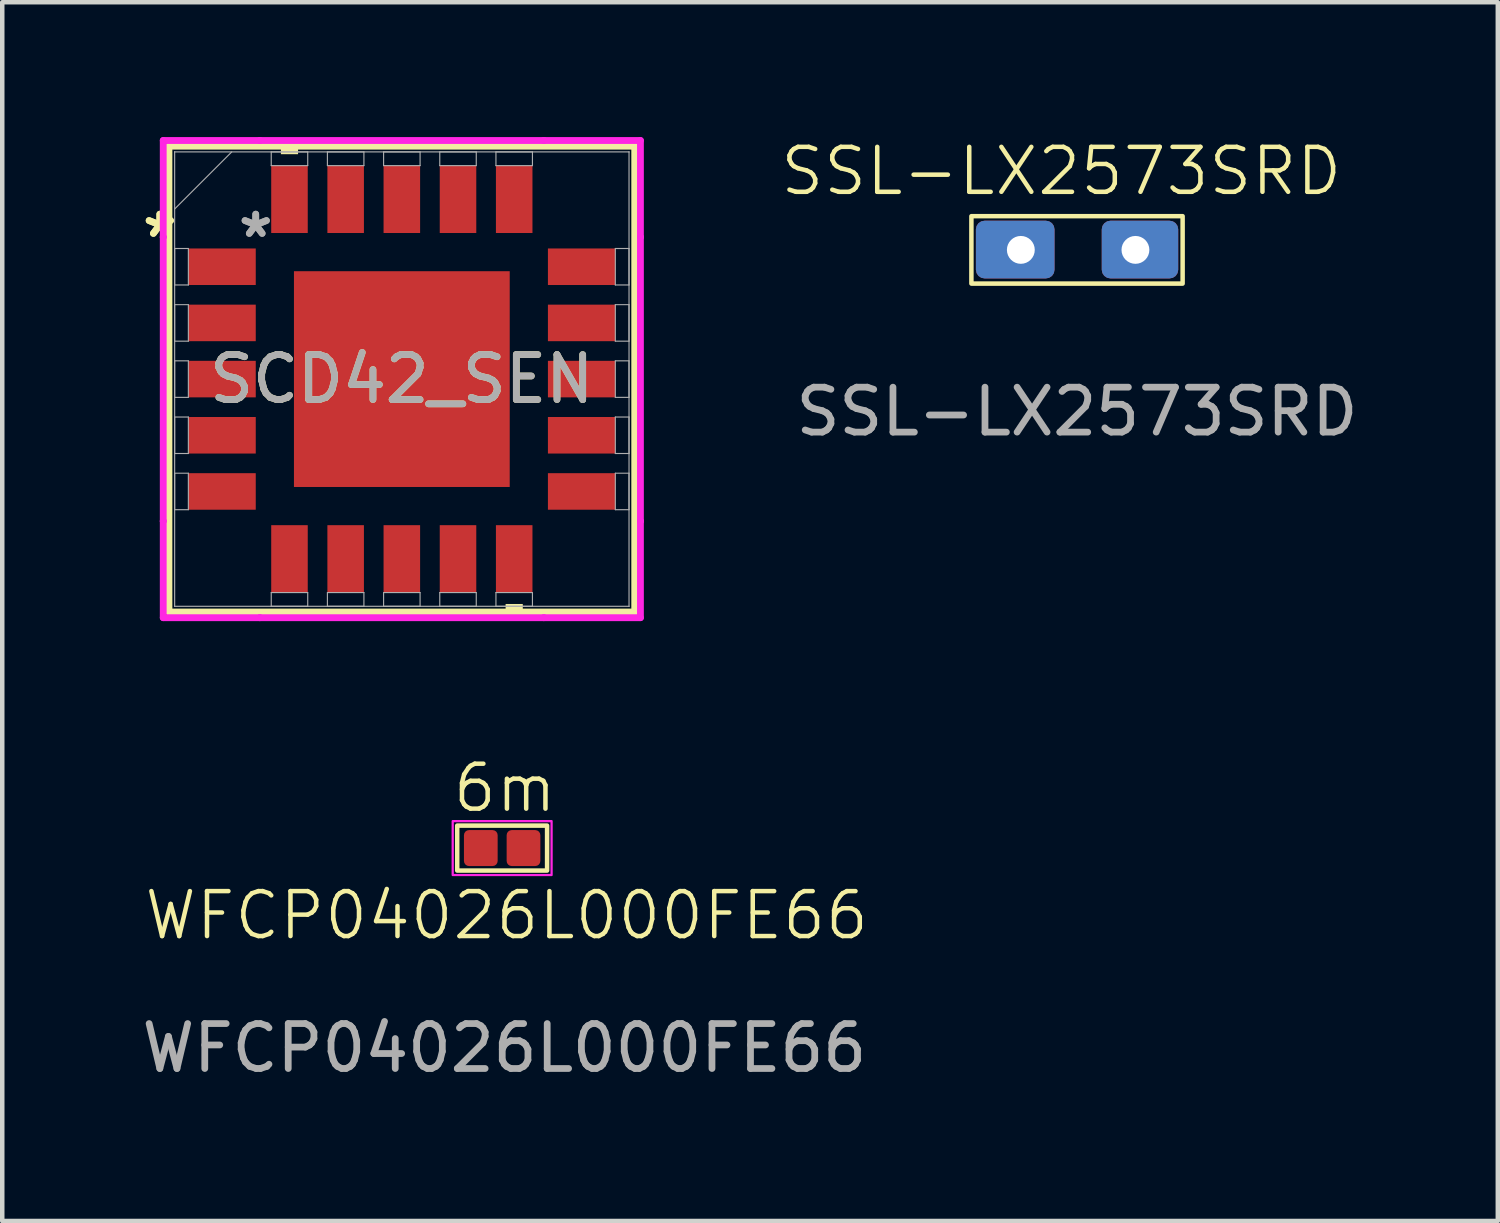
<source format=kicad_pcb>
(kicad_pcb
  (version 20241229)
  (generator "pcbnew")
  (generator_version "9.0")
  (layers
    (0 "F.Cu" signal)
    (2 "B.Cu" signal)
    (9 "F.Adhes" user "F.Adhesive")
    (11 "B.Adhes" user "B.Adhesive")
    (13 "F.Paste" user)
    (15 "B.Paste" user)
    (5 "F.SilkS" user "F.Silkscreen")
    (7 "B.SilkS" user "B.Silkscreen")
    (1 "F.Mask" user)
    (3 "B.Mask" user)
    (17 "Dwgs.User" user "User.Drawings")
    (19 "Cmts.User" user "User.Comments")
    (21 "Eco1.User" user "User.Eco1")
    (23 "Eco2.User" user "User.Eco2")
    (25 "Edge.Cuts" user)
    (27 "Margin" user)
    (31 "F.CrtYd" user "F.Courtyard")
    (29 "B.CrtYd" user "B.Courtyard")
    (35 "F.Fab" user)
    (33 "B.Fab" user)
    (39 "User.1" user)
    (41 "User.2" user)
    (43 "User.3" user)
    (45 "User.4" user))
  (footprint "WFCP04026L000FE66"
    (layer "F.Cu")
    (at 8.173 15.82)
    (property "Reference" "WFCP04026L000FE66" (at 0.05 1.5 0) (unlocked yes) (layer "F.SilkS") (effects (font (size 1 1) (thickness 0.1))))
    (attr smd)
    (fp_rect (start -1.05 -0.5) (end 0.95 0.5) (stroke (width 0.1) (type default)) (fill no) (layer "F.SilkS"))
    (fp_rect (start -1.15 -0.6) (end 1.05 0.6) (stroke (width 0.05) (type default)) (fill no) (layer "F.CrtYd"))
    (fp_text user "6m" (at -1.2 -0.75 0) (unlocked yes) (layer "F.SilkS") (effects (font (size 1 1) (thickness 0.1)) (justify left bottom)))
    (fp_text user "${REFERENCE}" (at 0 4.45 0) (unlocked yes) (layer "F.Fab") (effects (font (size 1 1) (thickness 0.15))))
    (pad "1" smd roundrect (at -0.525 0) (size 0.75 0.8) (layers "F.Cu" "F.Mask" "F.Paste") (roundrect_rratio 0.15))
    (pad "2" smd roundrect (at 0.425 0) (size 0.75 0.8) (layers "F.Cu" "F.Mask" "F.Paste") (roundrect_rratio 0.15)))
  (footprint "SSL-LX2573SRD"
    (layer "F.Cu")
    (at 20.914 2.16)
    (property "Reference" "SSL-LX2573SRD" (at -0.35 -1.4 0) (unlocked yes) (layer "F.SilkS") (effects (font (size 1 1) (thickness 0.1))))
    (attr smd)
    (fp_rect (start -2.35 -0.4) (end 2.35 1.1) (stroke (width 0.1) (type default)) (fill no) (layer "F.SilkS"))
    (fp_text user "${REFERENCE}" (at 0 3.95 0) (unlocked yes) (layer "F.Fab") (effects (font (size 1 1) (thickness 0.15))))
    (pad "1" thru_hole roundrect (at -1.25 0.35) (size 1.75 1.285) (drill 0.62 (offset -0.125 -0.007)) (layers "*.Cu" "*.Mask") (roundrect_rratio 0.15))
    (pad "2" thru_hole roundrect (at 1.3 0.35) (size 1.702 1.285) (drill 0.62 (offset 0.101 -0.007)) (layers "*.Cu" "*.Mask") (roundrect_rratio 0.15)))
  (footprint "SCD42_SEN"
    (layer "F.Cu")
    (at 5.891 5.385)
    (property "Reference" "SCD42_SEN" (at 0 0 0) (unlocked yes) (layer "F.SilkS") (effects (font (size 1 1) (thickness 0.15))))
    (attr smd)
    (fp_line (start -5.182 -5.182) (end -5.182 5.182) (stroke (width 0.152) (type solid)) (layer "F.SilkS"))
    (fp_line (start -5.182 5.182) (end 5.182 5.182) (stroke (width 0.152) (type solid)) (layer "F.SilkS"))
    (fp_line (start 5.182 -5.182) (end -5.182 -5.182) (stroke (width 0.152) (type solid)) (layer "F.SilkS"))
    (fp_line (start 5.182 5.182) (end 5.182 -5.182) (stroke (width 0.152) (type solid)) (layer "F.SilkS"))
    (fp_poly (pts (xy -2.691 -5.004) (xy -2.691 -5.258) (xy -2.309 -5.258) (xy -2.309 -5.004)) (stroke (width 0) (type solid)) (fill yes) (layer "F.SilkS"))
    (fp_poly (pts (xy 2.309 5.004) (xy 2.309 5.258) (xy 2.691 5.258) (xy 2.691 5.004)) (stroke (width 0) (type solid)) (fill yes) (layer "F.SilkS"))
    (fp_poly (pts (xy -2.3 -2.3) (xy -2.3 -0.9) (xy -0.9 -0.9) (xy -0.9 -2.3)) (stroke (width 0) (type solid)) (fill yes) (layer "F.Paste"))
    (fp_poly (pts (xy -2.3 -0.7) (xy -2.3 0.7) (xy -0.9 0.7) (xy -0.9 -0.7)) (stroke (width 0) (type solid)) (fill yes) (layer "F.Paste"))
    (fp_poly (pts (xy -2.3 0.9) (xy -2.3 2.3) (xy -0.9 2.3) (xy -0.9 0.9)) (stroke (width 0) (type solid)) (fill yes) (layer "F.Paste"))
    (fp_poly (pts (xy -0.7 -2.3) (xy -0.7 -0.9) (xy 0.7 -0.9) (xy 0.7 -2.3)) (stroke (width 0) (type solid)) (fill yes) (layer "F.Paste"))
    (fp_poly (pts (xy -0.7 -0.7) (xy -0.7 0.7) (xy 0.7 0.7) (xy 0.7 -0.7)) (stroke (width 0) (type solid)) (fill yes) (layer "F.Paste"))
    (fp_poly (pts (xy -0.7 0.9) (xy -0.7 2.3) (xy 0.7 2.3) (xy 0.7 0.9)) (stroke (width 0) (type solid)) (fill yes) (layer "F.Paste"))
    (fp_poly (pts (xy 0.9 -2.3) (xy 0.9 -0.9) (xy 2.3 -0.9) (xy 2.3 -2.3)) (stroke (width 0) (type solid)) (fill yes) (layer "F.Paste"))
    (fp_poly (pts (xy 0.9 -0.7) (xy 0.9 0.7) (xy 2.3 0.7) (xy 2.3 -0.7)) (stroke (width 0) (type solid)) (fill yes) (layer "F.Paste"))
    (fp_poly (pts (xy 0.9 0.9) (xy 0.9 2.3) (xy 2.3 2.3) (xy 2.3 0.9)) (stroke (width 0) (type solid)) (fill yes) (layer "F.Paste"))
    (fp_line (start -5.309 -5.309) (end -3.16 -5.309) (stroke (width 0.152) (type solid)) (layer "F.CrtYd"))
    (fp_line (start -5.309 -3.16) (end -5.309 -5.309) (stroke (width 0.152) (type solid)) (layer "F.CrtYd"))
    (fp_line (start -5.309 -3.16) (end -5.309 -3.16) (stroke (width 0.152) (type solid)) (layer "F.CrtYd"))
    (fp_line (start -5.309 3.16) (end -5.309 -3.16) (stroke (width 0.152) (type solid)) (layer "F.CrtYd"))
    (fp_line (start -5.309 3.16) (end -5.309 3.16) (stroke (width 0.152) (type solid)) (layer "F.CrtYd"))
    (fp_line (start -5.309 5.309) (end -5.309 3.16) (stroke (width 0.152) (type solid)) (layer "F.CrtYd"))
    (fp_line (start -3.16 -5.309) (end -3.16 -5.309) (stroke (width 0.152) (type solid)) (layer "F.CrtYd"))
    (fp_line (start -3.16 -5.309) (end 3.16 -5.309) (stroke (width 0.152) (type solid)) (layer "F.CrtYd"))
    (fp_line (start -3.16 5.309) (end -5.309 5.309) (stroke (width 0.152) (type solid)) (layer "F.CrtYd"))
    (fp_line (start -3.16 5.309) (end -3.16 5.309) (stroke (width 0.152) (type solid)) (layer "F.CrtYd"))
    (fp_line (start 3.16 -5.309) (end 3.16 -5.309) (stroke (width 0.152) (type solid)) (layer "F.CrtYd"))
    (fp_line (start 3.16 -5.309) (end 5.309 -5.309) (stroke (width 0.152) (type solid)) (layer "F.CrtYd"))
    (fp_line (start 3.16 5.309) (end -3.16 5.309) (stroke (width 0.152) (type solid)) (layer "F.CrtYd"))
    (fp_line (start 3.16 5.309) (end 3.16 5.309) (stroke (width 0.152) (type solid)) (layer "F.CrtYd"))
    (fp_line (start 5.309 -5.309) (end 5.309 -3.16) (stroke (width 0.152) (type solid)) (layer "F.CrtYd"))
    (fp_line (start 5.309 -3.16) (end 5.309 -3.16) (stroke (width 0.152) (type solid)) (layer "F.CrtYd"))
    (fp_line (start 5.309 -3.16) (end 5.309 3.16) (stroke (width 0.152) (type solid)) (layer "F.CrtYd"))
    (fp_line (start 5.309 3.16) (end 5.309 3.16) (stroke (width 0.152) (type solid)) (layer "F.CrtYd"))
    (fp_line (start 5.309 3.16) (end 5.309 5.309) (stroke (width 0.152) (type solid)) (layer "F.CrtYd"))
    (fp_line (start 5.309 5.309) (end 3.16 5.309) (stroke (width 0.152) (type solid)) (layer "F.CrtYd"))
    (fp_line (start -5.055 -5.055) (end -5.055 -5.055) (stroke (width 0.025) (type solid)) (layer "F.Fab"))
    (fp_line (start -5.055 -5.055) (end -5.055 5.055) (stroke (width 0.025) (type solid)) (layer "F.Fab"))
    (fp_line (start -5.055 -3.785) (end -3.785 -5.055) (stroke (width 0.025) (type solid)) (layer "F.Fab"))
    (fp_line (start -5.055 -2.906) (end -4.75 -2.906) (stroke (width 0.025) (type solid)) (layer "F.Fab"))
    (fp_line (start -5.055 -2.094) (end -5.055 -2.906) (stroke (width 0.025) (type solid)) (layer "F.Fab"))
    (fp_line (start -5.055 -1.656) (end -4.75 -1.656) (stroke (width 0.025) (type solid)) (layer "F.Fab"))
    (fp_line (start -5.055 -0.844) (end -5.055 -1.656) (stroke (width 0.025) (type solid)) (layer "F.Fab"))
    (fp_line (start -5.055 -0.406) (end -4.75 -0.406) (stroke (width 0.025) (type solid)) (layer "F.Fab"))
    (fp_line (start -5.055 0.406) (end -5.055 -0.406) (stroke (width 0.025) (type solid)) (layer "F.Fab"))
    (fp_line (start -5.055 0.844) (end -4.75 0.844) (stroke (width 0.025) (type solid)) (layer "F.Fab"))
    (fp_line (start -5.055 1.656) (end -5.055 0.844) (stroke (width 0.025) (type solid)) (layer "F.Fab"))
    (fp_line (start -5.055 2.094) (end -4.75 2.094) (stroke (width 0.025) (type solid)) (layer "F.Fab"))
    (fp_line (start -5.055 2.906) (end -5.055 2.094) (stroke (width 0.025) (type solid)) (layer "F.Fab"))
    (fp_line (start -5.055 5.055) (end -5.055 5.055) (stroke (width 0.025) (type solid)) (layer "F.Fab"))
    (fp_line (start -5.055 5.055) (end 5.055 5.055) (stroke (width 0.025) (type solid)) (layer "F.Fab"))
    (fp_line (start -4.75 -2.906) (end -4.75 -2.094) (stroke (width 0.025) (type solid)) (layer "F.Fab"))
    (fp_line (start -4.75 -2.094) (end -5.055 -2.094) (stroke (width 0.025) (type solid)) (layer "F.Fab"))
    (fp_line (start -4.75 -1.656) (end -4.75 -0.844) (stroke (width 0.025) (type solid)) (layer "F.Fab"))
    (fp_line (start -4.75 -0.844) (end -5.055 -0.844) (stroke (width 0.025) (type solid)) (layer "F.Fab"))
    (fp_line (start -4.75 -0.406) (end -4.75 0.406) (stroke (width 0.025) (type solid)) (layer "F.Fab"))
    (fp_line (start -4.75 0.406) (end -5.055 0.406) (stroke (width 0.025) (type solid)) (layer "F.Fab"))
    (fp_line (start -4.75 0.844) (end -4.75 1.656) (stroke (width 0.025) (type solid)) (layer "F.Fab"))
    (fp_line (start -4.75 1.656) (end -5.055 1.656) (stroke (width 0.025) (type solid)) (layer "F.Fab"))
    (fp_line (start -4.75 2.094) (end -4.75 2.906) (stroke (width 0.025) (type solid)) (layer "F.Fab"))
    (fp_line (start -4.75 2.906) (end -5.055 2.906) (stroke (width 0.025) (type solid)) (layer "F.Fab"))
    (fp_line (start -2.906 -5.055) (end -2.094 -5.055) (stroke (width 0.025) (type solid)) (layer "F.Fab"))
    (fp_line (start -2.906 -4.75) (end -2.906 -5.055) (stroke (width 0.025) (type solid)) (layer "F.Fab"))
    (fp_line (start -2.906 4.75) (end -2.094 4.75) (stroke (width 0.025) (type solid)) (layer "F.Fab"))
    (fp_line (start -2.906 5.055) (end -2.906 4.75) (stroke (width 0.025) (type solid)) (layer "F.Fab"))
    (fp_line (start -2.094 -5.055) (end -2.094 -4.75) (stroke (width 0.025) (type solid)) (layer "F.Fab"))
    (fp_line (start -2.094 -4.75) (end -2.906 -4.75) (stroke (width 0.025) (type solid)) (layer "F.Fab"))
    (fp_line (start -2.094 4.75) (end -2.094 5.055) (stroke (width 0.025) (type solid)) (layer "F.Fab"))
    (fp_line (start -2.094 5.055) (end -2.906 5.055) (stroke (width 0.025) (type solid)) (layer "F.Fab"))
    (fp_line (start -1.656 -5.055) (end -0.844 -5.055) (stroke (width 0.025) (type solid)) (layer "F.Fab"))
    (fp_line (start -1.656 -4.75) (end -1.656 -5.055) (stroke (width 0.025) (type solid)) (layer "F.Fab"))
    (fp_line (start -1.656 4.75) (end -0.844 4.75) (stroke (width 0.025) (type solid)) (layer "F.Fab"))
    (fp_line (start -1.656 5.055) (end -1.656 4.75) (stroke (width 0.025) (type solid)) (layer "F.Fab"))
    (fp_line (start -0.844 -5.055) (end -0.844 -4.75) (stroke (width 0.025) (type solid)) (layer "F.Fab"))
    (fp_line (start -0.844 -4.75) (end -1.656 -4.75) (stroke (width 0.025) (type solid)) (layer "F.Fab"))
    (fp_line (start -0.844 4.75) (end -0.844 5.055) (stroke (width 0.025) (type solid)) (layer "F.Fab"))
    (fp_line (start -0.844 5.055) (end -1.656 5.055) (stroke (width 0.025) (type solid)) (layer "F.Fab"))
    (fp_line (start -0.406 -5.055) (end 0.406 -5.055) (stroke (width 0.025) (type solid)) (layer "F.Fab"))
    (fp_line (start -0.406 -4.75) (end -0.406 -5.055) (stroke (width 0.025) (type solid)) (layer "F.Fab"))
    (fp_line (start -0.406 4.75) (end 0.406 4.75) (stroke (width 0.025) (type solid)) (layer "F.Fab"))
    (fp_line (start -0.406 5.055) (end -0.406 4.75) (stroke (width 0.025) (type solid)) (layer "F.Fab"))
    (fp_line (start 0.406 -5.055) (end 0.406 -4.75) (stroke (width 0.025) (type solid)) (layer "F.Fab"))
    (fp_line (start 0.406 -4.75) (end -0.406 -4.75) (stroke (width 0.025) (type solid)) (layer "F.Fab"))
    (fp_line (start 0.406 4.75) (end 0.406 5.055) (stroke (width 0.025) (type solid)) (layer "F.Fab"))
    (fp_line (start 0.406 5.055) (end -0.406 5.055) (stroke (width 0.025) (type solid)) (layer "F.Fab"))
    (fp_line (start 0.844 -5.055) (end 1.656 -5.055) (stroke (width 0.025) (type solid)) (layer "F.Fab"))
    (fp_line (start 0.844 -4.75) (end 0.844 -5.055) (stroke (width 0.025) (type solid)) (layer "F.Fab"))
    (fp_line (start 0.844 4.75) (end 1.656 4.75) (stroke (width 0.025) (type solid)) (layer "F.Fab"))
    (fp_line (start 0.844 5.055) (end 0.844 4.75) (stroke (width 0.025) (type solid)) (layer "F.Fab"))
    (fp_line (start 1.656 -5.055) (end 1.656 -4.75) (stroke (width 0.025) (type solid)) (layer "F.Fab"))
    (fp_line (start 1.656 -4.75) (end 0.844 -4.75) (stroke (width 0.025) (type solid)) (layer "F.Fab"))
    (fp_line (start 1.656 4.75) (end 1.656 5.055) (stroke (width 0.025) (type solid)) (layer "F.Fab"))
    (fp_line (start 1.656 5.055) (end 0.844 5.055) (stroke (width 0.025) (type solid)) (layer "F.Fab"))
    (fp_line (start 2.094 -5.055) (end 2.906 -5.055) (stroke (width 0.025) (type solid)) (layer "F.Fab"))
    (fp_line (start 2.094 -4.75) (end 2.094 -5.055) (stroke (width 0.025) (type solid)) (layer "F.Fab"))
    (fp_line (start 2.094 4.75) (end 2.906 4.75) (stroke (width 0.025) (type solid)) (layer "F.Fab"))
    (fp_line (start 2.094 5.055) (end 2.094 4.75) (stroke (width 0.025) (type solid)) (layer "F.Fab"))
    (fp_line (start 2.906 -5.055) (end 2.906 -4.75) (stroke (width 0.025) (type solid)) (layer "F.Fab"))
    (fp_line (start 2.906 -4.75) (end 2.094 -4.75) (stroke (width 0.025) (type solid)) (layer "F.Fab"))
    (fp_line (start 2.906 4.75) (end 2.906 5.055) (stroke (width 0.025) (type solid)) (layer "F.Fab"))
    (fp_line (start 2.906 5.055) (end 2.094 5.055) (stroke (width 0.025) (type solid)) (layer "F.Fab"))
    (fp_line (start 4.75 -2.906) (end 5.055 -2.906) (stroke (width 0.025) (type solid)) (layer "F.Fab"))
    (fp_line (start 4.75 -2.094) (end 4.75 -2.906) (stroke (width 0.025) (type solid)) (layer "F.Fab"))
    (fp_line (start 4.75 -1.656) (end 5.055 -1.656) (stroke (width 0.025) (type solid)) (layer "F.Fab"))
    (fp_line (start 4.75 -0.844) (end 4.75 -1.656) (stroke (width 0.025) (type solid)) (layer "F.Fab"))
    (fp_line (start 4.75 -0.406) (end 5.055 -0.406) (stroke (width 0.025) (type solid)) (layer "F.Fab"))
    (fp_line (start 4.75 0.406) (end 4.75 -0.406) (stroke (width 0.025) (type solid)) (layer "F.Fab"))
    (fp_line (start 4.75 0.844) (end 5.055 0.844) (stroke (width 0.025) (type solid)) (layer "F.Fab"))
    (fp_line (start 4.75 1.656) (end 4.75 0.844) (stroke (width 0.025) (type solid)) (layer "F.Fab"))
    (fp_line (start 4.75 2.094) (end 5.055 2.094) (stroke (width 0.025) (type solid)) (layer "F.Fab"))
    (fp_line (start 4.75 2.906) (end 4.75 2.094) (stroke (width 0.025) (type solid)) (layer "F.Fab"))
    (fp_line (start 5.055 -5.055) (end -5.055 -5.055) (stroke (width 0.025) (type solid)) (layer "F.Fab"))
    (fp_line (start 5.055 -5.055) (end 5.055 -5.055) (stroke (width 0.025) (type solid)) (layer "F.Fab"))
    (fp_line (start 5.055 -2.906) (end 5.055 -2.094) (stroke (width 0.025) (type solid)) (layer "F.Fab"))
    (fp_line (start 5.055 -2.094) (end 4.75 -2.094) (stroke (width 0.025) (type solid)) (layer "F.Fab"))
    (fp_line (start 5.055 -1.656) (end 5.055 -0.844) (stroke (width 0.025) (type solid)) (layer "F.Fab"))
    (fp_line (start 5.055 -0.844) (end 4.75 -0.844) (stroke (width 0.025) (type solid)) (layer "F.Fab"))
    (fp_line (start 5.055 -0.406) (end 5.055 0.406) (stroke (width 0.025) (type solid)) (layer "F.Fab"))
    (fp_line (start 5.055 0.406) (end 4.75 0.406) (stroke (width 0.025) (type solid)) (layer "F.Fab"))
    (fp_line (start 5.055 0.844) (end 5.055 1.656) (stroke (width 0.025) (type solid)) (layer "F.Fab"))
    (fp_line (start 5.055 1.656) (end 4.75 1.656) (stroke (width 0.025) (type solid)) (layer "F.Fab"))
    (fp_line (start 5.055 2.094) (end 5.055 2.906) (stroke (width 0.025) (type solid)) (layer "F.Fab"))
    (fp_line (start 5.055 2.906) (end 4.75 2.906) (stroke (width 0.025) (type solid)) (layer "F.Fab"))
    (fp_line (start 5.055 5.055) (end 5.055 -5.055) (stroke (width 0.025) (type solid)) (layer "F.Fab"))
    (fp_line (start 5.055 5.055) (end 5.055 5.055) (stroke (width 0.025) (type solid)) (layer "F.Fab"))
    (fp_text user "*" (at -5.385 -3.125 0) (layer "F.SilkS") (effects (font (size 1 1) (thickness 0.15))))
    (fp_text user "*" (at -5.385 -3.125 0) (unlocked yes) (layer "F.SilkS") (effects (font (size 1 1) (thickness 0.15))))
    (fp_text user "*" (at -3.251 -3.125 0) (unlocked yes) (layer "F.Fab") (effects (font (size 1 1) (thickness 0.15))))
    (fp_text user "${REFERENCE}" (at 0 0 0) (unlocked yes) (layer "F.Fab") (effects (font (size 1 1) (thickness 0.15))))
    (fp_text user "*" (at -3.251 -3.125 0) (layer "F.Fab") (effects (font (size 1 1) (thickness 0.15))))
    (pad "" smd rect (at -4 -2.5 90) (size 0.813 1.499) (layers "F.Cu" "F.Mask" "F.Paste"))
    (pad "" smd rect (at -4 -1.25 90) (size 0.813 1.499) (layers "F.Cu" "F.Mask" "F.Paste"))
    (pad "" smd rect (at -4 0 90) (size 0.813 1.499) (layers "F.Cu" "F.Mask" "F.Paste"))
    (pad "" smd rect (at -4 1.25 90) (size 0.813 1.499) (layers "F.Cu" "F.Mask" "F.Paste"))
    (pad "" smd rect (at -4 2.5 90) (size 0.813 1.499) (layers "F.Cu" "F.Mask" "F.Paste"))
    (pad "" smd rect (at 0 -4) (size 0.813 1.499) (layers "F.Cu" "F.Mask" "F.Paste"))
    (pad "" smd rect (at 0 0) (size 4.801 4.801) (layers "F.Cu" "F.Mask" "F.Paste"))
    (pad "" smd rect (at 0 4) (size 0.813 1.499) (layers "F.Cu" "F.Mask" "F.Paste"))
    (pad "" smd rect (at 1.25 -4) (size 0.813 1.499) (layers "F.Cu" "F.Mask" "F.Paste"))
    (pad "" smd rect (at 2.5 -4) (size 0.813 1.499) (layers "F.Cu" "F.Mask" "F.Paste"))
    (pad "" smd rect (at 4 -2.5 90) (size 0.813 1.499) (layers "F.Cu" "F.Mask" "F.Paste"))
    (pad "" smd rect (at 4 -1.25 90) (size 0.813 1.499) (layers "F.Cu" "F.Mask" "F.Paste"))
    (pad "" smd rect (at 4 0 90) (size 0.813 1.499) (layers "F.Cu" "F.Mask" "F.Paste"))
    (pad "" smd rect (at 4 1.25 90) (size 0.813 1.499) (layers "F.Cu" "F.Mask" "F.Paste"))
    (pad "" smd rect (at 4 2.5 90) (size 0.813 1.499) (layers "F.Cu" "F.Mask" "F.Paste"))
    (pad "6" smd rect (at -2.5 4) (size 0.813 1.499) (layers "F.Cu" "F.Mask" "F.Paste"))
    (pad "7" smd rect (at -1.25 4) (size 0.813 1.499) (layers "F.Cu" "F.Mask" "F.Paste"))
    (pad "9" smd rect (at 1.25 4) (size 0.813 1.499) (layers "F.Cu" "F.Mask" "F.Paste"))
    (pad "10" smd rect (at 2.5 4) (size 0.813 1.499) (layers "F.Cu" "F.Mask" "F.Paste"))
    (pad "19" smd rect (at -1.25 -4) (size 0.813 1.499) (layers "F.Cu" "F.Mask" "F.Paste"))
    (pad "20" smd rect (at -2.5 -4) (size 0.813 1.499) (layers "F.Cu" "F.Mask" "F.Paste")))
  (gr_rect
    (start -3 -3)
    (end 30.277 24.118)
    (stroke (width 0.1) (type default))
    (fill no)
    (layer "Edge.Cuts")))
</source>
